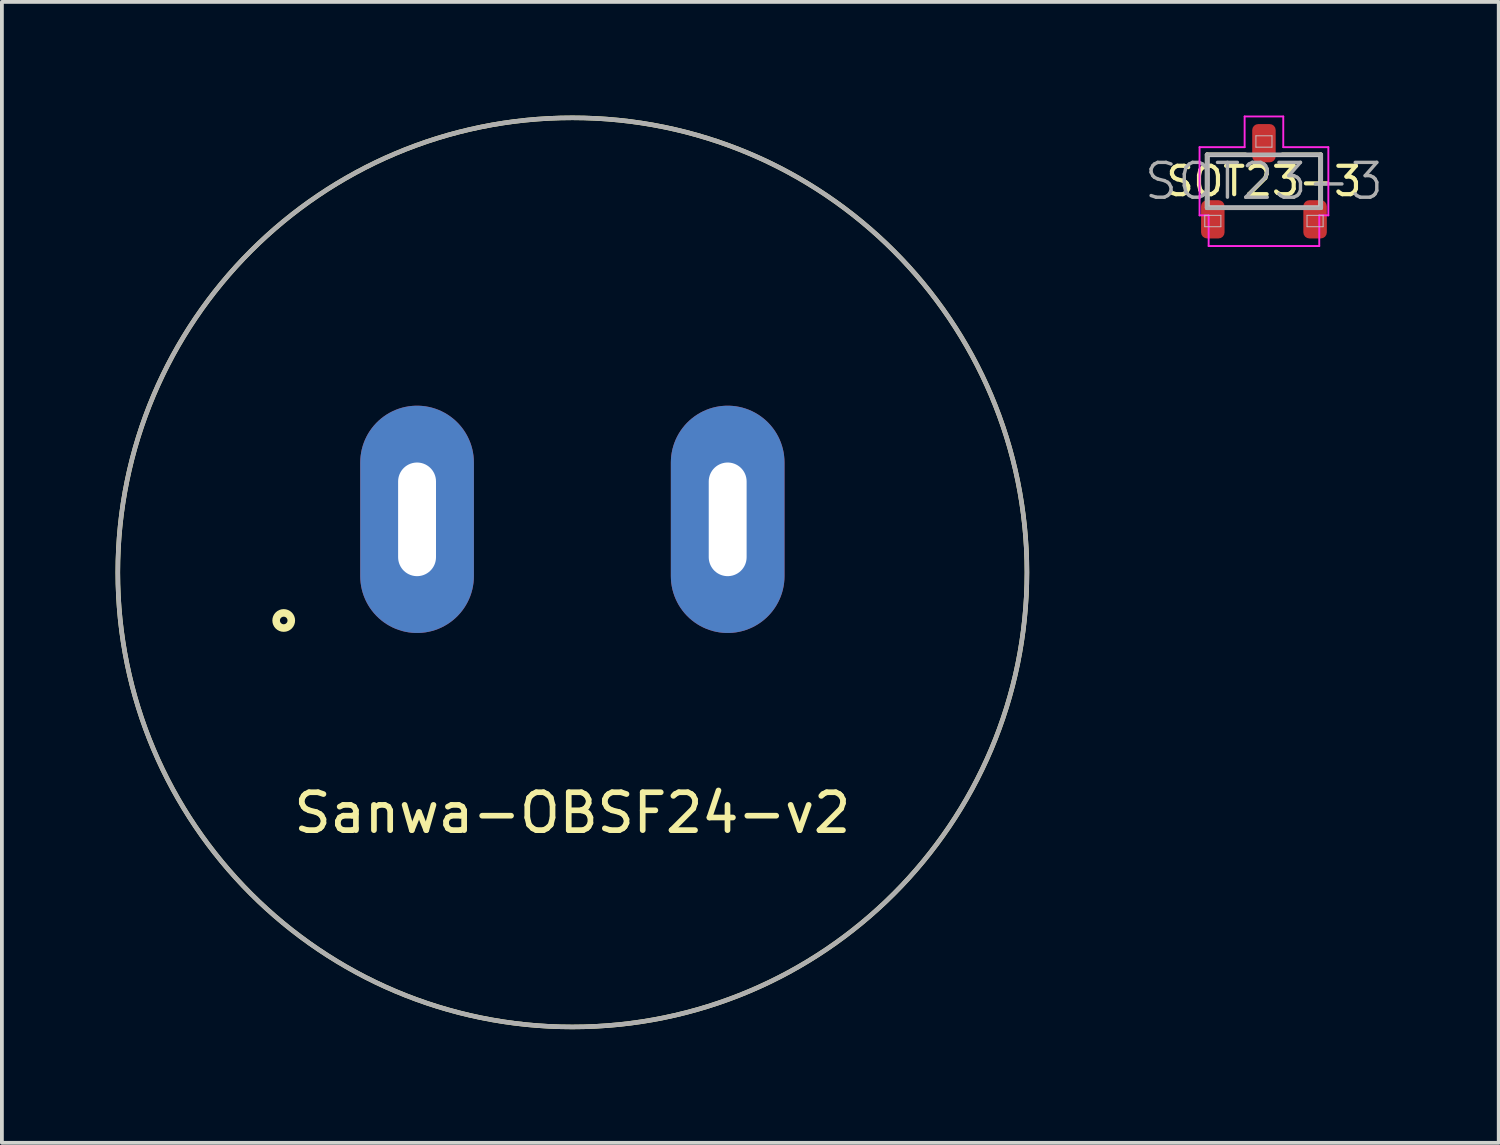
<source format=kicad_pcb>
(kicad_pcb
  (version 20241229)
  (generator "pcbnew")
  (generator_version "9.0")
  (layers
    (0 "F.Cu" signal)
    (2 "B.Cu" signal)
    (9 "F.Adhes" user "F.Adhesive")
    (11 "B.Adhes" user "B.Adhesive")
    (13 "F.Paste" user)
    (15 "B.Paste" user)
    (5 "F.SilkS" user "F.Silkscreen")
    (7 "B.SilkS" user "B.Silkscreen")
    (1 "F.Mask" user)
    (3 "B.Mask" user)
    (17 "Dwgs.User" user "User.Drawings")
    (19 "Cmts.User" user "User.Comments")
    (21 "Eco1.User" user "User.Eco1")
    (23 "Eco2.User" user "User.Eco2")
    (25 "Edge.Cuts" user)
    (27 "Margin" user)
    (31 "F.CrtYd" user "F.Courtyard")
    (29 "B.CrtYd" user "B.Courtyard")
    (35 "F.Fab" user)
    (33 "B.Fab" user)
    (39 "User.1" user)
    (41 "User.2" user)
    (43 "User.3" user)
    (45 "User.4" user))
  (footprint "Sanwa-OBSF24-v2"
    (layer "F.Cu")
    (at 12.06 19.68)
    (property "Reference" "Sanwa-OBSF24-v2" (at 0 -1.27 0) (layer "F.SilkS") (effects (font (size 1 1) (thickness 0.15))))
    (attr through_hole)
    (fp_circle (center -7.62 -6.35) (end -7.42 -6.35) (stroke (width 0.2) (type solid)) (fill no) (layer "F.SilkS"))
    (fp_circle (center 0 -7.62) (end 12 -7.62) (stroke (width 0.12) (type solid)) (fill no) (layer "F.SilkS"))
    (fp_circle (center 0 -7.62) (end 12 -7.62) (stroke (width 0.12) (type solid)) (fill no) (layer "F.Fab"))
    (pad "1" thru_hole oval (at -4.1 -9.02) (size 3 6) (drill oval 1 3) (layers "*.Cu" "*.Mask"))
    (pad "2" thru_hole oval (at 4.1 -9.02) (size 3 6) (drill oval 1 3) (layers "*.Cu" "*.Mask")))
  (footprint "SOT23-3"
    (layer "F.Cu")
    (at 30.317 1.735)
    (property "Reference" "SOT23-3" (at 0 0 0) (layer "F.SilkS") (effects (font (size 0.75 0.75) (thickness 0.11))))
    (attr smd)
    (fp_line (start -1.5 -0.7) (end -0.49 -0.7) (stroke (width 0.12) (type solid)) (layer "F.SilkS"))
    (fp_line (start -1.5 0.7) (end -1.5 -0.7) (stroke (width 0.12) (type solid)) (layer "F.SilkS"))
    (fp_line (start 1.5 -0.7) (end 0.49 -0.7) (stroke (width 0.12) (type solid)) (layer "F.SilkS"))
    (fp_line (start 1.5 0.7) (end 1.5 -0.7) (stroke (width 0.12) (type solid)) (layer "F.SilkS"))
    (fp_line (start -1.562 0.9) (end -1.137 0.9) (stroke (width 0.025) (type solid)) (layer "Dwgs.User"))
    (fp_line (start -1.562 1.2) (end -1.562 0.9) (stroke (width 0.025) (type solid)) (layer "Dwgs.User"))
    (fp_line (start -1.45 -0.65) (end 1.45 -0.65) (stroke (width 0.025) (type solid)) (layer "Dwgs.User"))
    (fp_line (start -1.45 0.65) (end -1.45 -0.65) (stroke (width 0.025) (type solid)) (layer "Dwgs.User"))
    (fp_line (start -1.137 0.9) (end -1.137 1.2) (stroke (width 0.025) (type solid)) (layer "Dwgs.User"))
    (fp_line (start -1.137 1.2) (end -1.562 1.2) (stroke (width 0.025) (type solid)) (layer "Dwgs.User"))
    (fp_line (start -0.212 -1.2) (end 0.212 -1.2) (stroke (width 0.025) (type solid)) (layer "Dwgs.User"))
    (fp_line (start -0.212 -0.9) (end -0.212 -1.2) (stroke (width 0.025) (type solid)) (layer "Dwgs.User"))
    (fp_line (start 0.212 -1.2) (end 0.212 -0.9) (stroke (width 0.025) (type solid)) (layer "Dwgs.User"))
    (fp_line (start 0.212 -0.9) (end -0.212 -0.9) (stroke (width 0.025) (type solid)) (layer "Dwgs.User"))
    (fp_line (start 1.137 0.9) (end 1.562 0.9) (stroke (width 0.025) (type solid)) (layer "Dwgs.User"))
    (fp_line (start 1.137 1.2) (end 1.137 0.9) (stroke (width 0.025) (type solid)) (layer "Dwgs.User"))
    (fp_line (start 1.45 -0.65) (end 1.45 0.65) (stroke (width 0.025) (type solid)) (layer "Dwgs.User"))
    (fp_line (start 1.45 0.65) (end -1.45 0.65) (stroke (width 0.025) (type solid)) (layer "Dwgs.User"))
    (fp_line (start 1.562 0.9) (end 1.562 1.2) (stroke (width 0.025) (type solid)) (layer "Dwgs.User"))
    (fp_line (start 1.562 1.2) (end 1.137 1.2) (stroke (width 0.025) (type solid)) (layer "Dwgs.User"))
    (fp_line (start -1.7 -0.9) (end -1.7 0.9) (stroke (width 0.05) (type solid)) (layer "F.CrtYd"))
    (fp_line (start -1.7 0.9) (end -1.46 0.9) (stroke (width 0.05) (type solid)) (layer "F.CrtYd"))
    (fp_line (start -1.46 0.9) (end -1.46 1.71) (stroke (width 0.05) (type solid)) (layer "F.CrtYd"))
    (fp_line (start -1.46 1.71) (end 1.46 1.71) (stroke (width 0.05) (type solid)) (layer "F.CrtYd"))
    (fp_line (start -0.51 -1.71) (end -0.51 -0.9) (stroke (width 0.05) (type solid)) (layer "F.CrtYd"))
    (fp_line (start -0.51 -0.9) (end -1.7 -0.9) (stroke (width 0.05) (type solid)) (layer "F.CrtYd"))
    (fp_line (start 0.51 -1.71) (end -0.51 -1.71) (stroke (width 0.05) (type solid)) (layer "F.CrtYd"))
    (fp_line (start 0.51 -0.9) (end 0.51 -1.71) (stroke (width 0.05) (type solid)) (layer "F.CrtYd"))
    (fp_line (start 1.46 0.9) (end 1.7 0.9) (stroke (width 0.05) (type solid)) (layer "F.CrtYd"))
    (fp_line (start 1.46 1.71) (end 1.46 0.9) (stroke (width 0.05) (type solid)) (layer "F.CrtYd"))
    (fp_line (start 1.7 -0.9) (end 0.51 -0.9) (stroke (width 0.05) (type solid)) (layer "F.CrtYd"))
    (fp_line (start 1.7 0.9) (end 1.7 -0.9) (stroke (width 0.05) (type solid)) (layer "F.CrtYd"))
    (fp_line (start -1.5 -0.7) (end 1.5 -0.7) (stroke (width 0.12) (type solid)) (layer "F.Fab"))
    (fp_line (start -1.5 0.7) (end -1.5 -0.7) (stroke (width 0.12) (type solid)) (layer "F.Fab"))
    (fp_line (start 1.5 -0.7) (end 1.5 0.7) (stroke (width 0.12) (type solid)) (layer "F.Fab"))
    (fp_line (start 1.5 0.7) (end -1.5 0.7) (stroke (width 0.12) (type solid)) (layer "F.Fab"))
    (fp_text user "${REFERENCE}" (at 0 0 0) (layer "F.Fab") (effects (font (size 0.92 0.92) (thickness 0.09))))
    (pad "1" smd roundrect (at -1.35 1.005 90) (size 1.01 0.62) (layers "F.Cu" "F.Mask" "F.Paste") (roundrect_rratio 0.258))
    (pad "2" smd roundrect (at 1.35 1.005 90) (size 1.01 0.62) (layers "F.Cu" "F.Mask" "F.Paste") (roundrect_rratio 0.258))
    (pad "3" smd roundrect (at 0 -1.005 90) (size 1.01 0.62) (layers "F.Cu" "F.Mask" "F.Paste") (roundrect_rratio 0.258)))
  (gr_rect
    (start -3 -3)
    (end 36.515 27.12)
    (stroke (width 0.1) (type default))
    (fill no)
    (layer "Edge.Cuts")))
</source>
